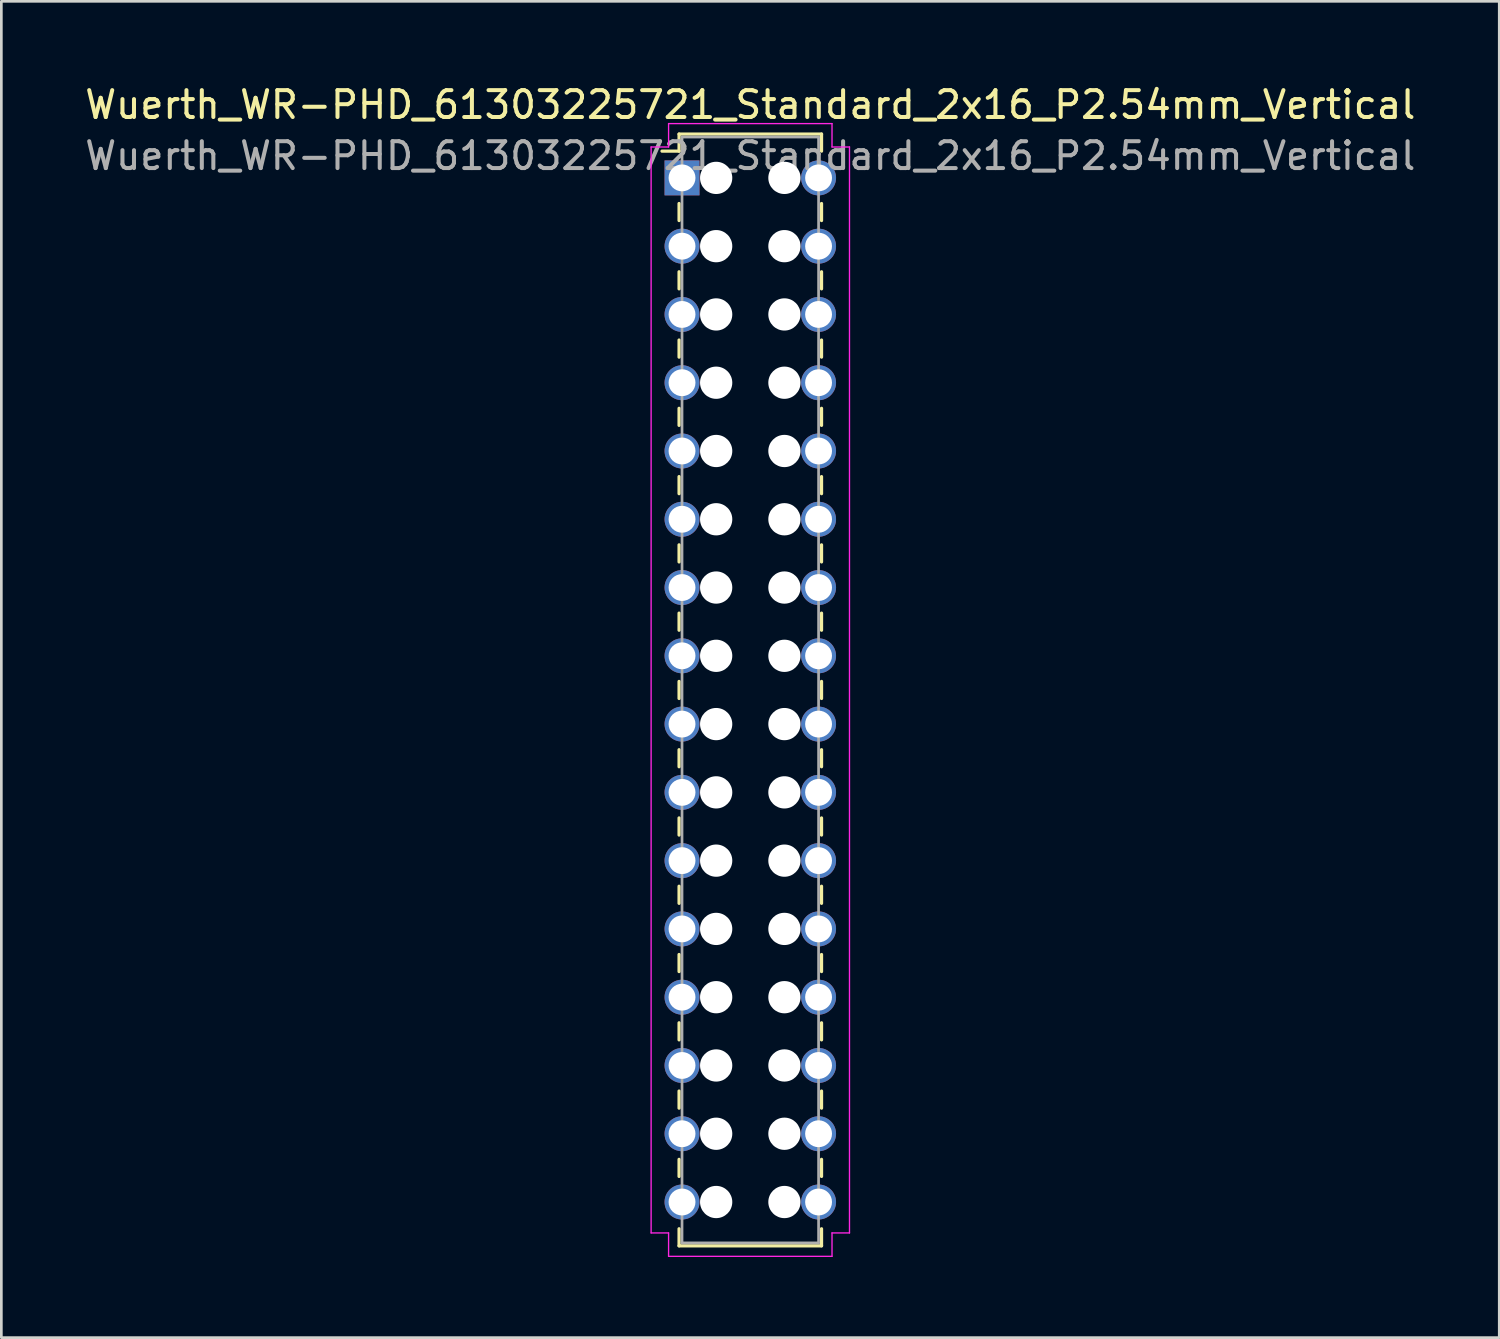
<source format=kicad_pcb>
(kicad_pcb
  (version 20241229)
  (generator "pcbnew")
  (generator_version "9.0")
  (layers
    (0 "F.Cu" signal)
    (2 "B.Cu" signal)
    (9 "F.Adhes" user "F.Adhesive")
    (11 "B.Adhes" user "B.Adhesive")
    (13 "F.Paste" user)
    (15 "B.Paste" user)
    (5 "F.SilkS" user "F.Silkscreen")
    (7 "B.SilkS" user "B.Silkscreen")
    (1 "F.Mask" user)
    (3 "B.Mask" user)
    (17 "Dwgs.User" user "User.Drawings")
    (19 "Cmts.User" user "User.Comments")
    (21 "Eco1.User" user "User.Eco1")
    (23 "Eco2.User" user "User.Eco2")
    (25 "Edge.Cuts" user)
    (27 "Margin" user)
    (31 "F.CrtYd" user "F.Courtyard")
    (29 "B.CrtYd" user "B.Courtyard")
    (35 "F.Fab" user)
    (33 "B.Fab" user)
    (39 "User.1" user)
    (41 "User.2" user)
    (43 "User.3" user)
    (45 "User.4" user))
  (footprint "Wuerth_WR-PHD_61303225721_Standard_2x16_P2.54mm_Vertical"
    (layer "F.Cu")
    (at 22.323 3.568)
    (property "Reference" "Wuerth_WR-PHD_61303225721_Standard_2x16_P2.54mm_Vertical" (at 2.54 -2.72 0) (layer "F.SilkS") (effects (font (size 1 1) (thickness 0.15))))
    (attr through_hole)
    (fp_line (start -0.11 -1.63) (end -0.11 -0.995) (stroke (width 0.12) (type solid)) (layer "F.SilkS"))
    (fp_line (start -0.11 -1.63) (end 5.19 -1.63) (stroke (width 0.12) (type solid)) (layer "F.SilkS"))
    (fp_line (start -0.11 -0.995) (end -0.745 -0.995) (stroke (width 0.12) (type solid)) (layer "F.SilkS"))
    (fp_line (start -0.11 0.953) (end -0.11 1.587) (stroke (width 0.12) (type solid)) (layer "F.SilkS"))
    (fp_line (start -0.11 3.493) (end -0.11 4.128) (stroke (width 0.12) (type solid)) (layer "F.SilkS"))
    (fp_line (start -0.11 6.032) (end -0.11 6.668) (stroke (width 0.12) (type solid)) (layer "F.SilkS"))
    (fp_line (start -0.11 8.572) (end -0.11 9.207) (stroke (width 0.12) (type solid)) (layer "F.SilkS"))
    (fp_line (start -0.11 11.113) (end -0.11 11.748) (stroke (width 0.12) (type solid)) (layer "F.SilkS"))
    (fp_line (start -0.11 13.652) (end -0.11 14.287) (stroke (width 0.12) (type solid)) (layer "F.SilkS"))
    (fp_line (start -0.11 16.192) (end -0.11 16.828) (stroke (width 0.12) (type solid)) (layer "F.SilkS"))
    (fp_line (start -0.11 18.733) (end -0.11 19.367) (stroke (width 0.12) (type solid)) (layer "F.SilkS"))
    (fp_line (start -0.11 21.273) (end -0.11 21.907) (stroke (width 0.12) (type solid)) (layer "F.SilkS"))
    (fp_line (start -0.11 23.812) (end -0.11 24.448) (stroke (width 0.12) (type solid)) (layer "F.SilkS"))
    (fp_line (start -0.11 26.352) (end -0.11 26.988) (stroke (width 0.12) (type solid)) (layer "F.SilkS"))
    (fp_line (start -0.11 28.892) (end -0.11 29.527) (stroke (width 0.12) (type solid)) (layer "F.SilkS"))
    (fp_line (start -0.11 31.433) (end -0.11 32.068) (stroke (width 0.12) (type solid)) (layer "F.SilkS"))
    (fp_line (start -0.11 33.972) (end -0.11 34.608) (stroke (width 0.12) (type solid)) (layer "F.SilkS"))
    (fp_line (start -0.11 36.513) (end -0.11 37.148) (stroke (width 0.12) (type solid)) (layer "F.SilkS"))
    (fp_line (start -0.11 39.73) (end -0.11 39.095) (stroke (width 0.12) (type solid)) (layer "F.SilkS"))
    (fp_line (start -0.11 39.73) (end 5.19 39.73) (stroke (width 0.12) (type solid)) (layer "F.SilkS"))
    (fp_line (start 5.19 -1.63) (end 5.19 -0.995) (stroke (width 0.12) (type solid)) (layer "F.SilkS"))
    (fp_line (start 5.19 0.953) (end 5.19 1.587) (stroke (width 0.12) (type solid)) (layer "F.SilkS"))
    (fp_line (start 5.19 3.493) (end 5.19 4.128) (stroke (width 0.12) (type solid)) (layer "F.SilkS"))
    (fp_line (start 5.19 6.032) (end 5.19 6.668) (stroke (width 0.12) (type solid)) (layer "F.SilkS"))
    (fp_line (start 5.19 8.572) (end 5.19 9.207) (stroke (width 0.12) (type solid)) (layer "F.SilkS"))
    (fp_line (start 5.19 11.113) (end 5.19 11.748) (stroke (width 0.12) (type solid)) (layer "F.SilkS"))
    (fp_line (start 5.19 13.652) (end 5.19 14.287) (stroke (width 0.12) (type solid)) (layer "F.SilkS"))
    (fp_line (start 5.19 16.192) (end 5.19 16.828) (stroke (width 0.12) (type solid)) (layer "F.SilkS"))
    (fp_line (start 5.19 18.733) (end 5.19 19.367) (stroke (width 0.12) (type solid)) (layer "F.SilkS"))
    (fp_line (start 5.19 21.273) (end 5.19 21.907) (stroke (width 0.12) (type solid)) (layer "F.SilkS"))
    (fp_line (start 5.19 23.812) (end 5.19 24.448) (stroke (width 0.12) (type solid)) (layer "F.SilkS"))
    (fp_line (start 5.19 26.352) (end 5.19 26.988) (stroke (width 0.12) (type solid)) (layer "F.SilkS"))
    (fp_line (start 5.19 28.892) (end 5.19 29.527) (stroke (width 0.12) (type solid)) (layer "F.SilkS"))
    (fp_line (start 5.19 31.433) (end 5.19 32.068) (stroke (width 0.12) (type solid)) (layer "F.SilkS"))
    (fp_line (start 5.19 33.972) (end 5.19 34.608) (stroke (width 0.12) (type solid)) (layer "F.SilkS"))
    (fp_line (start 5.19 36.513) (end 5.19 37.148) (stroke (width 0.12) (type solid)) (layer "F.SilkS"))
    (fp_line (start 5.19 39.73) (end 5.19 39.095) (stroke (width 0.12) (type solid)) (layer "F.SilkS"))
    (fp_line (start -1.15 -1.15) (end -0.5 -1.15) (stroke (width 0.05) (type solid)) (layer "F.CrtYd"))
    (fp_line (start -1.15 39.25) (end -1.15 -1.15) (stroke (width 0.05) (type solid)) (layer "F.CrtYd"))
    (fp_line (start -0.5 -2.02) (end 5.58 -2.02) (stroke (width 0.05) (type solid)) (layer "F.CrtYd"))
    (fp_line (start -0.5 -1.15) (end -0.5 -2.02) (stroke (width 0.05) (type solid)) (layer "F.CrtYd"))
    (fp_line (start -0.5 39.25) (end -1.15 39.25) (stroke (width 0.05) (type solid)) (layer "F.CrtYd"))
    (fp_line (start -0.5 40.12) (end -0.5 39.25) (stroke (width 0.05) (type solid)) (layer "F.CrtYd"))
    (fp_line (start 5.58 -2.02) (end 5.58 -1.15) (stroke (width 0.05) (type solid)) (layer "F.CrtYd"))
    (fp_line (start 5.58 -1.15) (end 6.23 -1.15) (stroke (width 0.05) (type solid)) (layer "F.CrtYd"))
    (fp_line (start 5.58 39.25) (end 5.58 40.12) (stroke (width 0.05) (type solid)) (layer "F.CrtYd"))
    (fp_line (start 5.58 40.12) (end -0.5 40.12) (stroke (width 0.05) (type solid)) (layer "F.CrtYd"))
    (fp_line (start 6.23 -1.15) (end 6.23 39.25) (stroke (width 0.05) (type solid)) (layer "F.CrtYd"))
    (fp_line (start 6.23 39.25) (end 5.58 39.25) (stroke (width 0.05) (type solid)) (layer "F.CrtYd"))
    (fp_line (start 0 -1.52) (end 0 39.62) (stroke (width 0.1) (type solid)) (layer "F.Fab"))
    (fp_line (start 0 39.62) (end 5.08 39.62) (stroke (width 0.1) (type solid)) (layer "F.Fab"))
    (fp_line (start 5.08 -1.52) (end 0 -1.52) (stroke (width 0.1) (type solid)) (layer "F.Fab"))
    (fp_line (start 5.08 39.62) (end 5.08 -1.52) (stroke (width 0.1) (type solid)) (layer "F.Fab"))
    (fp_text user "${REFERENCE}" (at 2.54 -0.82 0) (layer "F.Fab") (effects (font (size 1 1) (thickness 0.15))))
    (pad "" np_thru_hole circle (at 1.27 0) (size 1.2 1.2) (drill 1.2) (layers "*.Cu" "*.Mask"))
    (pad "" np_thru_hole circle (at 1.27 2.54) (size 1.2 1.2) (drill 1.2) (layers "*.Cu" "*.Mask"))
    (pad "" np_thru_hole circle (at 1.27 5.08) (size 1.2 1.2) (drill 1.2) (layers "*.Cu" "*.Mask"))
    (pad "" np_thru_hole circle (at 1.27 7.62) (size 1.2 1.2) (drill 1.2) (layers "*.Cu" "*.Mask"))
    (pad "" np_thru_hole circle (at 1.27 10.16) (size 1.2 1.2) (drill 1.2) (layers "*.Cu" "*.Mask"))
    (pad "" np_thru_hole circle (at 1.27 12.7) (size 1.2 1.2) (drill 1.2) (layers "*.Cu" "*.Mask"))
    (pad "" np_thru_hole circle (at 1.27 15.24) (size 1.2 1.2) (drill 1.2) (layers "*.Cu" "*.Mask"))
    (pad "" np_thru_hole circle (at 1.27 17.78) (size 1.2 1.2) (drill 1.2) (layers "*.Cu" "*.Mask"))
    (pad "" np_thru_hole circle (at 1.27 20.32) (size 1.2 1.2) (drill 1.2) (layers "*.Cu" "*.Mask"))
    (pad "" np_thru_hole circle (at 1.27 22.86) (size 1.2 1.2) (drill 1.2) (layers "*.Cu" "*.Mask"))
    (pad "" np_thru_hole circle (at 1.27 25.4) (size 1.2 1.2) (drill 1.2) (layers "*.Cu" "*.Mask"))
    (pad "" np_thru_hole circle (at 1.27 27.94) (size 1.2 1.2) (drill 1.2) (layers "*.Cu" "*.Mask"))
    (pad "" np_thru_hole circle (at 1.27 30.48) (size 1.2 1.2) (drill 1.2) (layers "*.Cu" "*.Mask"))
    (pad "" np_thru_hole circle (at 1.27 33.02) (size 1.2 1.2) (drill 1.2) (layers "*.Cu" "*.Mask"))
    (pad "" np_thru_hole circle (at 1.27 35.56) (size 1.2 1.2) (drill 1.2) (layers "*.Cu" "*.Mask"))
    (pad "" np_thru_hole circle (at 1.27 38.1) (size 1.2 1.2) (drill 1.2) (layers "*.Cu" "*.Mask"))
    (pad "" np_thru_hole circle (at 3.81 0) (size 1.2 1.2) (drill 1.2) (layers "*.Cu" "*.Mask"))
    (pad "" np_thru_hole circle (at 3.81 2.54) (size 1.2 1.2) (drill 1.2) (layers "*.Cu" "*.Mask"))
    (pad "" np_thru_hole circle (at 3.81 5.08) (size 1.2 1.2) (drill 1.2) (layers "*.Cu" "*.Mask"))
    (pad "" np_thru_hole circle (at 3.81 7.62) (size 1.2 1.2) (drill 1.2) (layers "*.Cu" "*.Mask"))
    (pad "" np_thru_hole circle (at 3.81 10.16) (size 1.2 1.2) (drill 1.2) (layers "*.Cu" "*.Mask"))
    (pad "" np_thru_hole circle (at 3.81 12.7) (size 1.2 1.2) (drill 1.2) (layers "*.Cu" "*.Mask"))
    (pad "" np_thru_hole circle (at 3.81 15.24) (size 1.2 1.2) (drill 1.2) (layers "*.Cu" "*.Mask"))
    (pad "" np_thru_hole circle (at 3.81 17.78) (size 1.2 1.2) (drill 1.2) (layers "*.Cu" "*.Mask"))
    (pad "" np_thru_hole circle (at 3.81 20.32) (size 1.2 1.2) (drill 1.2) (layers "*.Cu" "*.Mask"))
    (pad "" np_thru_hole circle (at 3.81 22.86) (size 1.2 1.2) (drill 1.2) (layers "*.Cu" "*.Mask"))
    (pad "" np_thru_hole circle (at 3.81 25.4) (size 1.2 1.2) (drill 1.2) (layers "*.Cu" "*.Mask"))
    (pad "" np_thru_hole circle (at 3.81 27.94) (size 1.2 1.2) (drill 1.2) (layers "*.Cu" "*.Mask"))
    (pad "" np_thru_hole circle (at 3.81 30.48) (size 1.2 1.2) (drill 1.2) (layers "*.Cu" "*.Mask"))
    (pad "" np_thru_hole circle (at 3.81 33.02) (size 1.2 1.2) (drill 1.2) (layers "*.Cu" "*.Mask"))
    (pad "" np_thru_hole circle (at 3.81 35.56) (size 1.2 1.2) (drill 1.2) (layers "*.Cu" "*.Mask"))
    (pad "" np_thru_hole circle (at 3.81 38.1) (size 1.2 1.2) (drill 1.2) (layers "*.Cu" "*.Mask"))
    (pad "1" thru_hole rect (at 0 0) (size 1.3 1.3) (drill 1) (layers "*.Cu" "*.Mask"))
    (pad "2" thru_hole circle (at 5.08 0) (size 1.3 1.3) (drill 1) (layers "*.Cu" "*.Mask"))
    (pad "3" thru_hole circle (at 0 2.54) (size 1.3 1.3) (drill 1) (layers "*.Cu" "*.Mask"))
    (pad "4" thru_hole circle (at 5.08 2.54) (size 1.3 1.3) (drill 1) (layers "*.Cu" "*.Mask"))
    (pad "5" thru_hole circle (at 0 5.08) (size 1.3 1.3) (drill 1) (layers "*.Cu" "*.Mask"))
    (pad "6" thru_hole circle (at 5.08 5.08) (size 1.3 1.3) (drill 1) (layers "*.Cu" "*.Mask"))
    (pad "7" thru_hole circle (at 0 7.62) (size 1.3 1.3) (drill 1) (layers "*.Cu" "*.Mask"))
    (pad "8" thru_hole circle (at 5.08 7.62) (size 1.3 1.3) (drill 1) (layers "*.Cu" "*.Mask"))
    (pad "9" thru_hole circle (at 0 10.16) (size 1.3 1.3) (drill 1) (layers "*.Cu" "*.Mask"))
    (pad "10" thru_hole circle (at 5.08 10.16) (size 1.3 1.3) (drill 1) (layers "*.Cu" "*.Mask"))
    (pad "11" thru_hole circle (at 0 12.7) (size 1.3 1.3) (drill 1) (layers "*.Cu" "*.Mask"))
    (pad "12" thru_hole circle (at 5.08 12.7) (size 1.3 1.3) (drill 1) (layers "*.Cu" "*.Mask"))
    (pad "13" thru_hole circle (at 0 15.24) (size 1.3 1.3) (drill 1) (layers "*.Cu" "*.Mask"))
    (pad "14" thru_hole circle (at 5.08 15.24) (size 1.3 1.3) (drill 1) (layers "*.Cu" "*.Mask"))
    (pad "15" thru_hole circle (at 0 17.78) (size 1.3 1.3) (drill 1) (layers "*.Cu" "*.Mask"))
    (pad "16" thru_hole circle (at 5.08 17.78) (size 1.3 1.3) (drill 1) (layers "*.Cu" "*.Mask"))
    (pad "17" thru_hole circle (at 0 20.32) (size 1.3 1.3) (drill 1) (layers "*.Cu" "*.Mask"))
    (pad "18" thru_hole circle (at 5.08 20.32) (size 1.3 1.3) (drill 1) (layers "*.Cu" "*.Mask"))
    (pad "19" thru_hole circle (at 0 22.86) (size 1.3 1.3) (drill 1) (layers "*.Cu" "*.Mask"))
    (pad "20" thru_hole circle (at 5.08 22.86) (size 1.3 1.3) (drill 1) (layers "*.Cu" "*.Mask"))
    (pad "21" thru_hole circle (at 0 25.4) (size 1.3 1.3) (drill 1) (layers "*.Cu" "*.Mask"))
    (pad "22" thru_hole circle (at 5.08 25.4) (size 1.3 1.3) (drill 1) (layers "*.Cu" "*.Mask"))
    (pad "23" thru_hole circle (at 0 27.94) (size 1.3 1.3) (drill 1) (layers "*.Cu" "*.Mask"))
    (pad "24" thru_hole circle (at 5.08 27.94) (size 1.3 1.3) (drill 1) (layers "*.Cu" "*.Mask"))
    (pad "25" thru_hole circle (at 0 30.48) (size 1.3 1.3) (drill 1) (layers "*.Cu" "*.Mask"))
    (pad "26" thru_hole circle (at 5.08 30.48) (size 1.3 1.3) (drill 1) (layers "*.Cu" "*.Mask"))
    (pad "27" thru_hole circle (at 0 33.02) (size 1.3 1.3) (drill 1) (layers "*.Cu" "*.Mask"))
    (pad "28" thru_hole circle (at 5.08 33.02) (size 1.3 1.3) (drill 1) (layers "*.Cu" "*.Mask"))
    (pad "29" thru_hole circle (at 0 35.56) (size 1.3 1.3) (drill 1) (layers "*.Cu" "*.Mask"))
    (pad "30" thru_hole circle (at 5.08 35.56) (size 1.3 1.3) (drill 1) (layers "*.Cu" "*.Mask"))
    (pad "31" thru_hole circle (at 0 38.1) (size 1.3 1.3) (drill 1) (layers "*.Cu" "*.Mask"))
    (pad "32" thru_hole circle (at 5.08 38.1) (size 1.3 1.3) (drill 1) (layers "*.Cu" "*.Mask")))
  (gr_rect
    (start -3 -3)
    (end 52.726 46.713)
    (stroke (width 0.1) (type default))
    (fill no)
    (layer "Edge.Cuts")))
</source>
